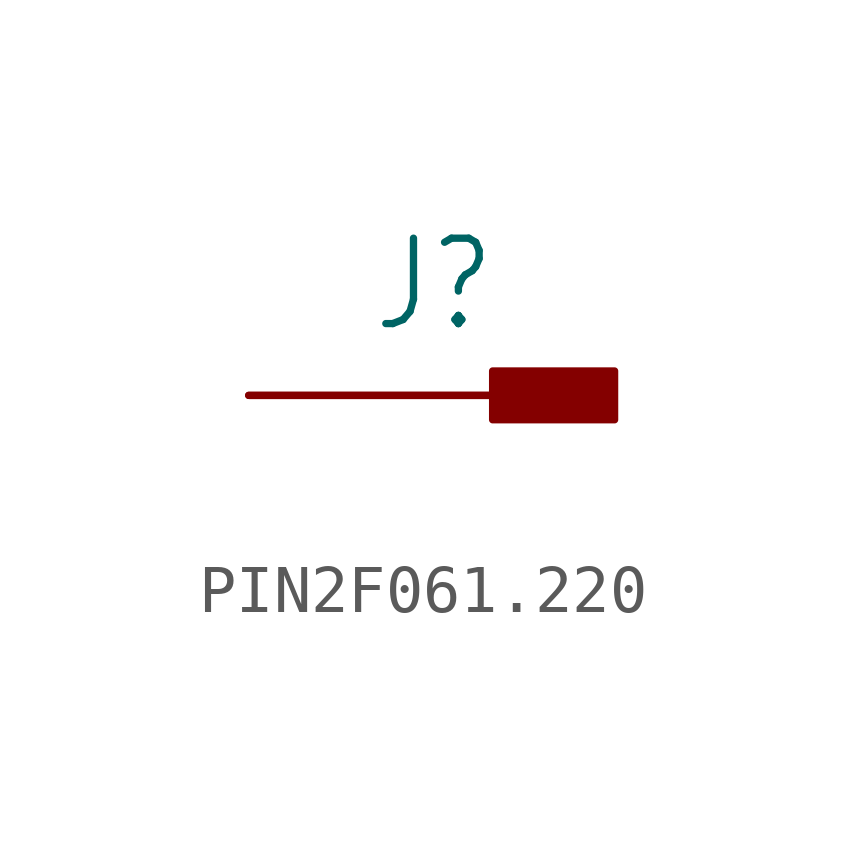
<source format=kicad_sym>
(kicad_symbol_lib
  (version 20220914)
  (generator kicad_symbol_editor)
  (symbol "PIN2F061.220"
    (property "Reference" "J"
      (at -2.54 1.27 0)
      (effects (font (size 1.778 1.511)) (justify left bottom)))
    (property "Value" ""
      (at -2.54 -2.54 0)
      (effects (font (size 1.778 1.511)) (justify left bottom)))
    (property "ki_locked" ""
      (at 0 0 0)
      (effects (font (size 1.27 1.27))))
    (symbol "PIN2F061.220_1_0"
      (rectangle (start 0 -0.508) (end 2.54 0.508) (stroke (width 0) (type default)) (fill (type outline)))
      (pin passive line (at -5.08 0 0) (length 5.08) (name "1" (effects (font (size 0 0)))) (number "1A" (effects (font (size 0 0)))))
      (pin passive line (at -5.08 0 0) (length 5.08) (name "1" (effects (font (size 0 0)))) (number "1B" (effects (font (size 0 0))))))))
</source>
